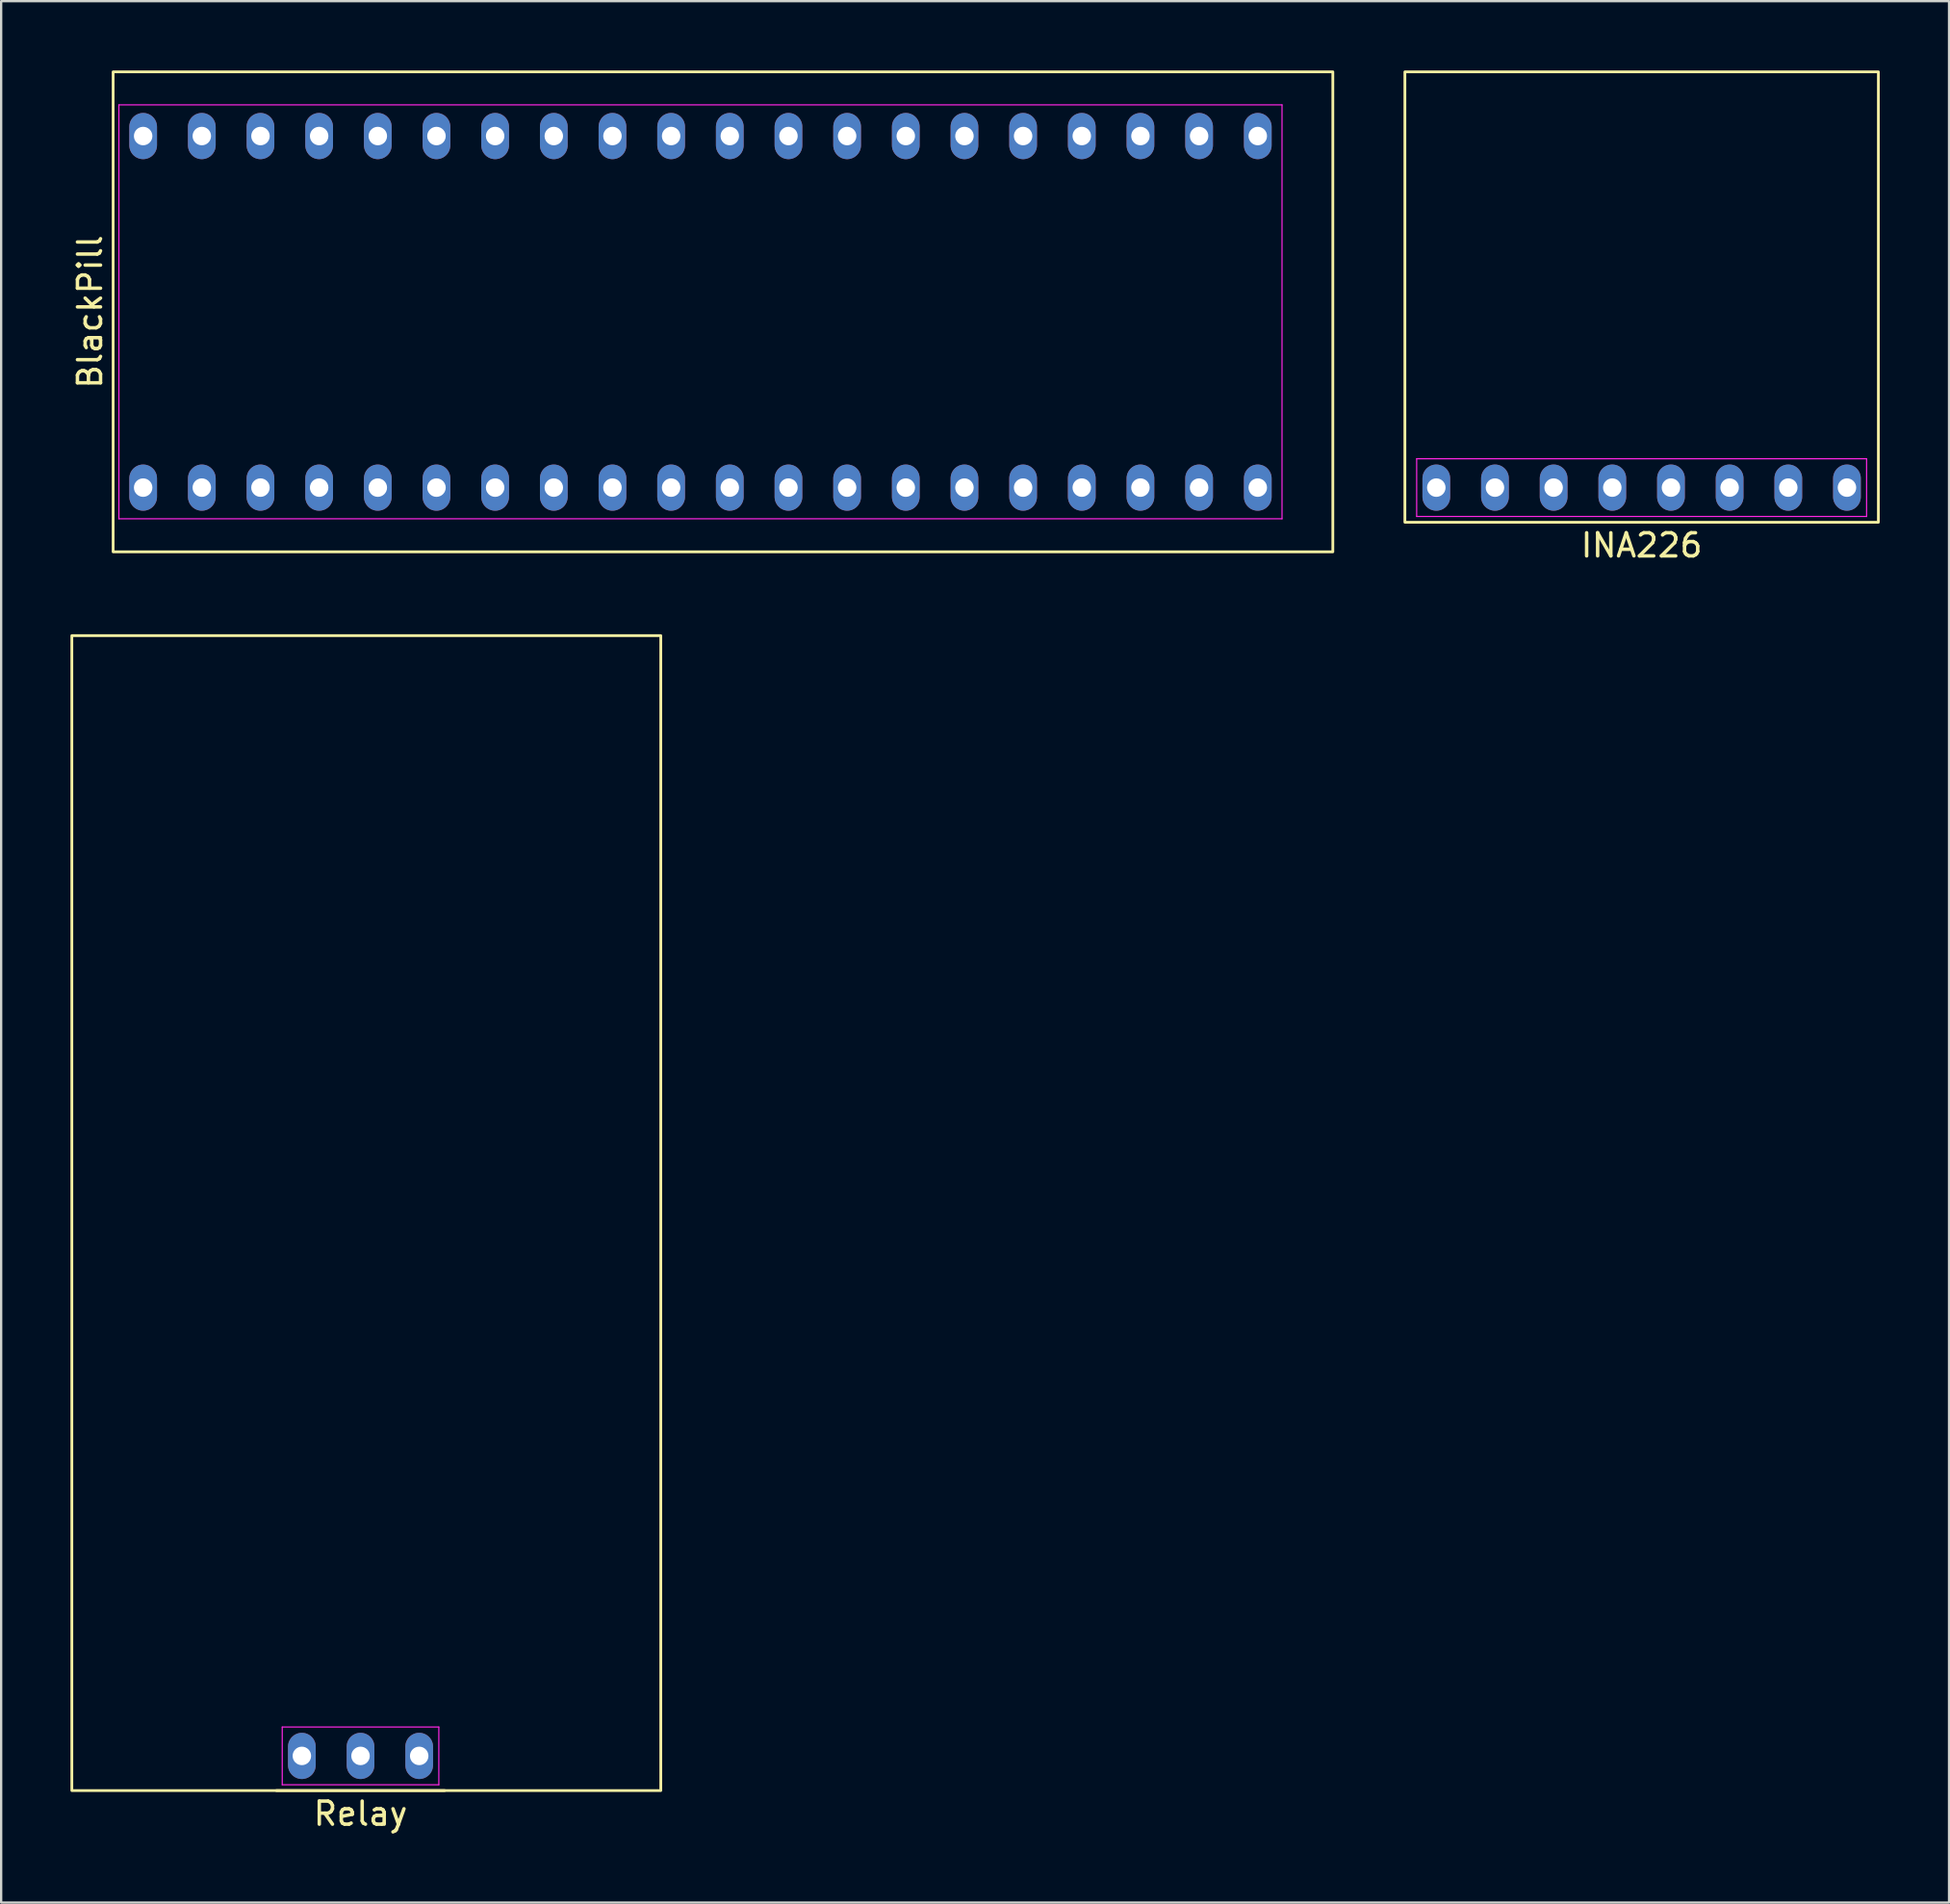
<source format=kicad_pcb>
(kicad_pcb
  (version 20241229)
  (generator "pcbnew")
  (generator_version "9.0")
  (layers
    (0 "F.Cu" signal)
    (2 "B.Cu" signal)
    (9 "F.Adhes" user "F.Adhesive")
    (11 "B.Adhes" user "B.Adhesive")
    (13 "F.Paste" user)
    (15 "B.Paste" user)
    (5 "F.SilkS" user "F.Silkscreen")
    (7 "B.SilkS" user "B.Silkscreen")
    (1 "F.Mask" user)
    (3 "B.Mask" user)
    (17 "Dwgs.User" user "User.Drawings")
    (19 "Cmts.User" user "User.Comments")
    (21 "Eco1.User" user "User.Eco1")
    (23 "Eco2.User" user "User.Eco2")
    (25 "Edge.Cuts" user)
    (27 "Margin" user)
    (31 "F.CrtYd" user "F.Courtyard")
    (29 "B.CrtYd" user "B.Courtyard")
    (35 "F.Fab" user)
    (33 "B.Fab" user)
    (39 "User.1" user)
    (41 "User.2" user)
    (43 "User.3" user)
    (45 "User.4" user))
  (footprint "INA226"
    (layer "F.Cu")
    (at 68.028 18.06)
    (property "Reference" "INA226" (at 0 2.5 0) (layer "F.SilkS") (effects (font (size 1 1) (thickness 0.15))))
    (attr through_hole)
    (fp_rect (start -10.25 -18) (end 10.25 1.5) (stroke (width 0.12) (type solid)) (fill no) (layer "F.SilkS"))
    (fp_line (start -9.74 -1.25) (end 9.74 -1.25) (stroke (width 0.05) (type default)) (layer "F.CrtYd"))
    (fp_line (start -9.74 1.25) (end -9.74 -1.25) (stroke (width 0.05) (type default)) (layer "F.CrtYd"))
    (fp_line (start 9.74 -1.25) (end 9.74 1.25) (stroke (width 0.05) (type default)) (layer "F.CrtYd"))
    (fp_line (start 9.74 1.25) (end -9.74 1.25) (stroke (width 0.05) (type default)) (layer "F.CrtYd"))
    (pad "3" thru_hole oval (at -1.27 0) (size 1.2 2) (drill 0.8) (layers "*.Cu" "*.Mask"))
    (pad "4" thru_hole oval (at 1.27 0) (size 1.2 2) (drill 0.8) (layers "*.Cu" "*.Mask"))
    (pad "5" thru_hole oval (at 3.81 0) (size 1.2 2) (drill 0.8) (layers "*.Cu" "*.Mask"))
    (pad "6" thru_hole oval (at 8.89 0) (size 1.2 2) (drill 0.8) (layers "*.Cu" "*.Mask"))
    (pad "7" thru_hole oval (at 6.35 0) (size 1.2 2) (drill 0.8) (layers "*.Cu" "*.Mask"))
    (pad "8" thru_hole oval (at -3.81 0) (size 1.2 2) (drill 0.8) (layers "*.Cu" "*.Mask"))
    (pad "9" thru_hole oval (at -6.35 0) (size 1.2 2) (drill 0.8) (layers "*.Cu" "*.Mask"))
    (pad "10" thru_hole oval (at -8.89 0) (size 1.2 2) (drill 0.8) (layers "*.Cu" "*.Mask")))
  (footprint "BlackPill"
    (layer "F.Cu")
    (at 27.278 10.45)
    (property "Reference" "BlackPill" (at -26.43 0 90) (layer "F.SilkS") (effects (font (size 1 1) (thickness 0.15))))
    (attr through_hole)
    (fp_rect (start -25.43 -10.39) (end 27.38 10.39) (stroke (width 0.12) (type solid)) (fill no) (layer "F.SilkS"))
    (fp_line (start -25.18 -8.96) (end 25.18 -8.96) (stroke (width 0.05) (type default)) (layer "F.CrtYd"))
    (fp_line (start -25.18 8.96) (end -25.18 -8.96) (stroke (width 0.05) (type default)) (layer "F.CrtYd"))
    (fp_line (start 25.18 -8.96) (end 25.18 8.96) (stroke (width 0.05) (type default)) (layer "F.CrtYd"))
    (fp_line (start 25.18 8.96) (end -25.18 8.96) (stroke (width 0.05) (type default)) (layer "F.CrtYd"))
    (pad "1" thru_hole oval (at 24.13 -7.61) (size 1.2 2) (drill 0.8) (layers "*.Cu" "*.Mask"))
    (pad "2" thru_hole oval (at 21.59 -7.61) (size 1.2 2) (drill 0.8) (layers "*.Cu" "*.Mask"))
    (pad "3" thru_hole oval (at 19.05 -7.61) (size 1.2 2) (drill 0.8) (layers "*.Cu" "*.Mask"))
    (pad "4" thru_hole oval (at 16.51 -7.61) (size 1.2 2) (drill 0.8) (layers "*.Cu" "*.Mask"))
    (pad "7" thru_hole oval (at 13.97 -7.61) (size 1.2 2) (drill 0.8) (layers "*.Cu" "*.Mask"))
    (pad "10" thru_hole oval (at 11.43 -7.61) (size 1.2 2) (drill 0.8) (layers "*.Cu" "*.Mask"))
    (pad "11" thru_hole oval (at 8.89 -7.61) (size 1.2 2) (drill 0.8) (layers "*.Cu" "*.Mask"))
    (pad "12" thru_hole oval (at 6.35 -7.61) (size 1.2 2) (drill 0.8) (layers "*.Cu" "*.Mask"))
    (pad "13" thru_hole oval (at 3.81 -7.61) (size 1.2 2) (drill 0.8) (layers "*.Cu" "*.Mask"))
    (pad "14" thru_hole oval (at 1.27 -7.61) (size 1.2 2) (drill 0.8) (layers "*.Cu" "*.Mask"))
    (pad "15" thru_hole oval (at -1.27 -7.61) (size 1.2 2) (drill 0.8) (layers "*.Cu" "*.Mask"))
    (pad "16" thru_hole oval (at -3.81 -7.61) (size 1.2 2) (drill 0.8) (layers "*.Cu" "*.Mask"))
    (pad "17" thru_hole oval (at -6.35 -7.61) (size 1.2 2) (drill 0.8) (layers "*.Cu" "*.Mask"))
    (pad "18" thru_hole oval (at -8.89 -7.61) (size 1.2 2) (drill 0.8) (layers "*.Cu" "*.Mask"))
    (pad "19" thru_hole oval (at -11.43 -7.61) (size 1.2 2) (drill 0.8) (layers "*.Cu" "*.Mask"))
    (pad "20" thru_hole oval (at -13.97 -7.61) (size 1.2 2) (drill 0.8) (layers "*.Cu" "*.Mask"))
    (pad "21" thru_hole oval (at -16.51 -7.61) (size 1.2 2) (drill 0.8) (layers "*.Cu" "*.Mask"))
    (pad "23" thru_hole oval (at -21.59 -7.61) (size 1.2 2) (drill 0.8) (layers "*.Cu" "*.Mask"))
    (pad "24" thru_hole oval (at -19.05 -7.61) (size 1.2 2) (drill 0.8) (layers "*.Cu" "*.Mask"))
    (pad "25" thru_hole oval (at -24.13 7.61) (size 1.2 2) (drill 0.8) (layers "*.Cu" "*.Mask"))
    (pad "26" thru_hole oval (at -21.59 7.61) (size 1.2 2) (drill 0.8) (layers "*.Cu" "*.Mask"))
    (pad "27" thru_hole oval (at -19.05 7.61) (size 1.2 2) (drill 0.8) (layers "*.Cu" "*.Mask"))
    (pad "28" thru_hole oval (at -16.51 7.61) (size 1.2 2) (drill 0.8) (layers "*.Cu" "*.Mask"))
    (pad "29" thru_hole oval (at -13.97 7.61) (size 1.2 2) (drill 0.8) (layers "*.Cu" "*.Mask"))
    (pad "30" thru_hole oval (at -11.43 7.61) (size 1.2 2) (drill 0.8) (layers "*.Cu" "*.Mask"))
    (pad "31" thru_hole oval (at -8.89 7.61) (size 1.2 2) (drill 0.8) (layers "*.Cu" "*.Mask"))
    (pad "32" thru_hole oval (at -6.35 7.61) (size 1.2 2) (drill 0.8) (layers "*.Cu" "*.Mask"))
    (pad "33" thru_hole oval (at -3.81 7.61) (size 1.2 2) (drill 0.8) (layers "*.Cu" "*.Mask"))
    (pad "38" thru_hole oval (at -1.27 7.61) (size 1.2 2) (drill 0.8) (layers "*.Cu" "*.Mask"))
    (pad "39" thru_hole oval (at 1.27 7.61) (size 1.2 2) (drill 0.8) (layers "*.Cu" "*.Mask"))
    (pad "40" thru_hole oval (at 3.81 7.61) (size 1.2 2) (drill 0.8) (layers "*.Cu" "*.Mask"))
    (pad "41" thru_hole oval (at 6.35 7.61) (size 1.2 2) (drill 0.8) (layers "*.Cu" "*.Mask"))
    (pad "42" thru_hole oval (at 8.89 7.61) (size 1.2 2) (drill 0.8) (layers "*.Cu" "*.Mask"))
    (pad "43" thru_hole oval (at 11.43 7.61) (size 1.2 2) (drill 0.8) (layers "*.Cu" "*.Mask"))
    (pad "45" thru_hole oval (at 13.97 7.61) (size 1.2 2) (drill 0.8) (layers "*.Cu" "*.Mask"))
    (pad "46" thru_hole oval (at 16.51 7.61) (size 1.2 2) (drill 0.8) (layers "*.Cu" "*.Mask"))
    (pad "47" thru_hole oval (at 21.59 7.61) (size 1.2 2) (drill 0.8) (layers "*.Cu" "*.Mask"))
    (pad "48" thru_hole oval (at 24.13 7.61) (size 1.2 2) (drill 0.8) (layers "*.Cu" "*.Mask"))
    (pad "98" thru_hole oval (at -24.13 -7.61) (size 1.2 2) (drill 0.8) (layers "*.Cu" "*.Mask"))
    (pad "99" thru_hole oval (at 19.05 7.61) (size 1.2 2) (drill 0.8) (layers "*.Cu" "*.Mask")))
  (footprint "Relay"
    (layer "F.Cu")
    (at 12.56 72.968)
    (property "Reference" "Relay" (at 0 2.5 0) (layer "F.SilkS") (effects (font (size 1 1) (thickness 0.15))))
    (attr through_hole)
    (fp_line (start 3.64 1.5) (end -3.64 1.5) (stroke (width 0.12) (type default)) (layer "F.SilkS"))
    (fp_rect (start -12.5 -48.5) (end 13 1.5) (stroke (width 0.12) (type solid)) (fill no) (layer "F.SilkS"))
    (fp_line (start -3.39 -1.25) (end 3.39 -1.25) (stroke (width 0.05) (type default)) (layer "F.CrtYd"))
    (fp_line (start -3.39 1.25) (end -3.39 -1.25) (stroke (width 0.05) (type default)) (layer "F.CrtYd"))
    (fp_line (start 3.39 -1.25) (end 3.39 1.25) (stroke (width 0.05) (type default)) (layer "F.CrtYd"))
    (fp_line (start 3.39 1.25) (end -3.39 1.25) (stroke (width 0.05) (type default)) (layer "F.CrtYd"))
    (pad "1" thru_hole oval (at -2.54 0) (size 1.2 2) (drill 0.8) (layers "*.Cu" "*.Mask"))
    (pad "2" thru_hole oval (at 0 0) (size 1.2 2) (drill 0.8) (layers "*.Cu" "*.Mask"))
    (pad "3" thru_hole oval (at 2.54 0) (size 1.2 2) (drill 0.8) (layers "*.Cu" "*.Mask")))
  (gr_rect
    (start -3 -3)
    (end 81.338 79.317)
    (stroke (width 0.1) (type default))
    (fill no)
    (layer "Edge.Cuts")))
</source>
